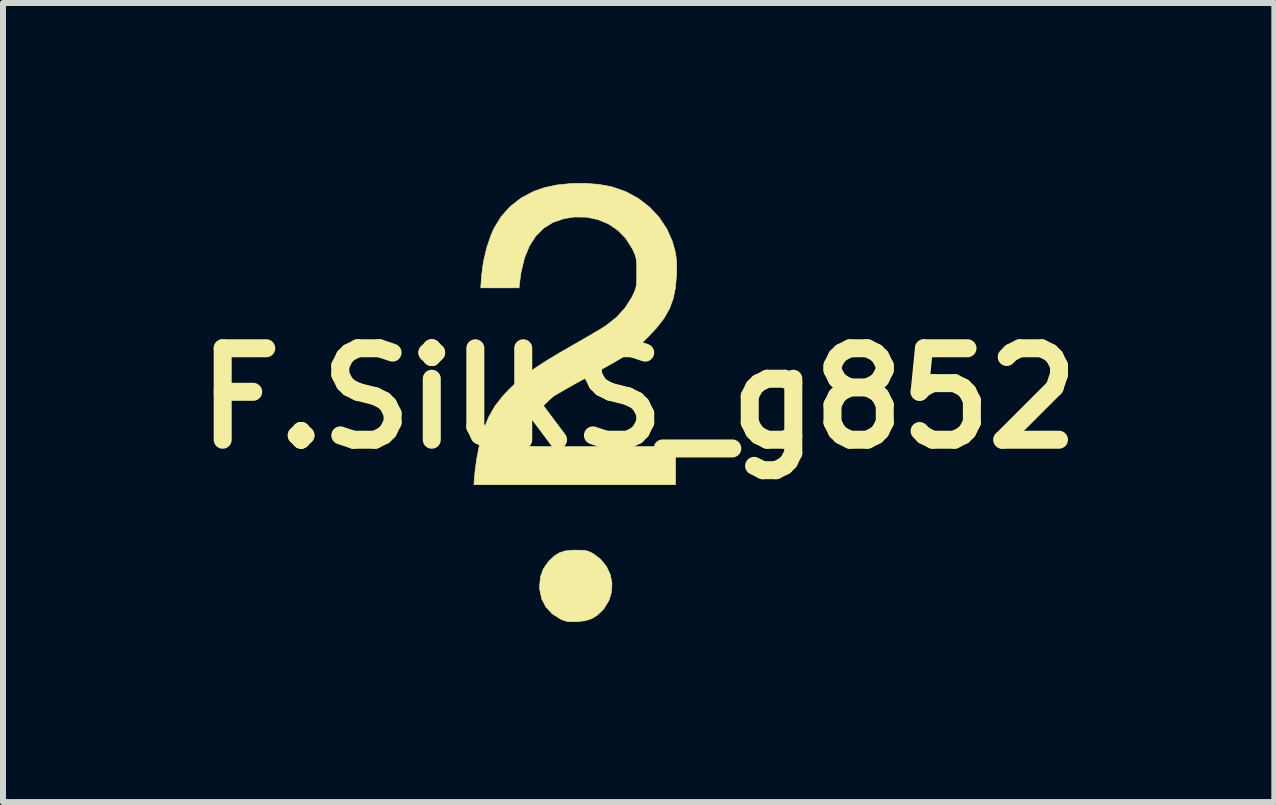
<source format=kicad_pcb>
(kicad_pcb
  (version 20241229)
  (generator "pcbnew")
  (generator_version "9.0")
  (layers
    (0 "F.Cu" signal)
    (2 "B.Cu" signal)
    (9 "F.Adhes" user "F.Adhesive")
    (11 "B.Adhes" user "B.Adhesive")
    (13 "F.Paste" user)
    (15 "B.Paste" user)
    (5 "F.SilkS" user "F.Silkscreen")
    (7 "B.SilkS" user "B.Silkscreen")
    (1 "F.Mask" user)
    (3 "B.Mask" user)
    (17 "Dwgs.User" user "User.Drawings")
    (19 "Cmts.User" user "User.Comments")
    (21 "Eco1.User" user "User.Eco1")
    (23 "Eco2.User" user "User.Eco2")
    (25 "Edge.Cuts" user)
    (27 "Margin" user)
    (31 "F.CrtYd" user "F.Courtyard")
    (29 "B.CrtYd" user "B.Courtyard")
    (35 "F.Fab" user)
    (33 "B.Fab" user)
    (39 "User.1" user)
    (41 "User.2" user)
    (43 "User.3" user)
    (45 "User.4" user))
  (footprint "F.SilkS_g852"
    (layer "F.Cu")
    (at 7.591 3.587)
    (property "Reference" "F.SilkS_g852" (at 0 0 0) (layer "F.SilkS") (effects (font (size 1.524 1.524) (thickness 0.3))))
    (attr through_hole)
    (fp_poly (pts (xy -0.952 2.531) (xy -0.884 2.537) (xy -0.833 2.55) (xy -0.783 2.574) (xy -0.758 2.587) (xy -0.631 2.684) (xy -0.536 2.803) (xy -0.473 2.937) (xy -0.445 3.079) (xy -0.452 3.225) (xy -0.495 3.367) (xy -0.576 3.499) (xy -0.597 3.524) (xy -0.689 3.613) (xy -0.785 3.672) (xy -0.898 3.706) (xy -1.027 3.72) (xy -1.12 3.722) (xy -1.188 3.717) (xy -1.246 3.701) (xy -1.302 3.677) (xy -1.44 3.589) (xy -1.545 3.477) (xy -1.615 3.342) (xy -1.648 3.186) (xy -1.65 3.122) (xy -1.635 2.97) (xy -1.588 2.84) (xy -1.505 2.723) (xy -1.486 2.702) (xy -1.4 2.623) (xy -1.316 2.571) (xy -1.221 2.542) (xy -1.103 2.53) (xy -1.048 2.53) (xy -0.952 2.531)) (stroke (width 0.01) (type solid)) (fill yes) (layer "F.SilkS"))
    (fp_poly (pts (xy -0.665 -3.565) (xy -0.459 -3.528) (xy -0.445 -3.524) (xy -0.215 -3.444) (xy -0.005 -3.33) (xy 0.182 -3.186) (xy 0.341 -3.015) (xy 0.47 -2.821) (xy 0.564 -2.608) (xy 0.604 -2.465) (xy 0.622 -2.367) (xy 0.631 -2.264) (xy 0.633 -2.143) (xy 0.63 -2.046) (xy 0.612 -1.84) (xy 0.574 -1.658) (xy 0.513 -1.493) (xy 0.423 -1.335) (xy 0.301 -1.178) (xy 0.169 -1.036) (xy 0.094 -0.962) (xy 0.023 -0.896) (xy -0.049 -0.836) (xy -0.127 -0.777) (xy -0.216 -0.717) (xy -0.322 -0.652) (xy -0.449 -0.578) (xy -0.602 -0.493) (xy -0.788 -0.392) (xy -0.818 -0.375) (xy -0.958 -0.299) (xy -1.093 -0.224) (xy -1.217 -0.154) (xy -1.322 -0.093) (xy -1.403 -0.045) (xy -1.442 -0.019) (xy -1.637 0.131) (xy -1.791 0.291) (xy -1.906 0.461) (xy -1.97 0.607) (xy -1.985 0.647) (xy -1.999 0.681) (xy -2.01 0.711) (xy -2.013 0.735) (xy -2.007 0.754) (xy -1.988 0.77) (xy -1.954 0.782) (xy -1.901 0.791) (xy -1.827 0.798) (xy -1.728 0.802) (xy -1.603 0.804) (xy -1.447 0.805) (xy -1.259 0.805) (xy -1.035 0.805) (xy -0.772 0.804) (xy -0.699 0.804) (xy 0.614 0.804) (xy 0.614 1.439) (xy -2.745 1.439) (xy -2.736 1.318) (xy -2.721 1.17) (xy -2.697 1.005) (xy -2.665 0.836) (xy -2.629 0.677) (xy -2.592 0.544) (xy -2.584 0.521) (xy -2.5 0.314) (xy -2.395 0.13) (xy -2.26 -0.042) (xy -2.16 -0.148) (xy -2.053 -0.249) (xy -1.939 -0.346) (xy -1.814 -0.441) (xy -1.671 -0.54) (xy -1.505 -0.646) (xy -1.311 -0.762) (xy -1.122 -0.871) (xy -0.988 -0.948) (xy -0.859 -1.022) (xy -0.742 -1.091) (xy -0.644 -1.149) (xy -0.572 -1.194) (xy -0.544 -1.212) (xy -0.369 -1.35) (xy -0.224 -1.509) (xy -0.114 -1.683) (xy -0.111 -1.689) (xy -0.077 -1.76) (xy -0.054 -1.815) (xy -0.041 -1.868) (xy -0.034 -1.929) (xy -0.032 -2.012) (xy -0.032 -2.095) (xy -0.032 -2.202) (xy -0.035 -2.278) (xy -0.044 -2.336) (xy -0.059 -2.388) (xy -0.084 -2.447) (xy -0.111 -2.502) (xy -0.215 -2.666) (xy -0.347 -2.801) (xy -0.503 -2.906) (xy -0.679 -2.979) (xy -0.869 -3.019) (xy -1.07 -3.022) (xy -1.247 -2.994) (xy -1.428 -2.932) (xy -1.584 -2.835) (xy -1.715 -2.704) (xy -1.821 -2.539) (xy -1.902 -2.34) (xy -1.959 -2.107) (xy -1.979 -1.963) (xy -1.993 -1.841) (xy -2.631 -1.841) (xy -2.617 -2.041) (xy -2.587 -2.272) (xy -2.533 -2.504) (xy -2.459 -2.723) (xy -2.409 -2.835) (xy -2.289 -3.03) (xy -2.138 -3.198) (xy -1.957 -3.339) (xy -1.75 -3.448) (xy -1.562 -3.513) (xy -1.356 -3.556) (xy -1.128 -3.579) (xy -0.893 -3.582) (xy -0.665 -3.565)) (stroke (width 0.01) (type solid)) (fill yes) (layer "F.SilkS")))
  (gr_rect
    (start -3 -3)
    (end 18.182 10.314)
    (stroke (width 0.1) (type default))
    (fill no)
    (layer "Edge.Cuts")))
</source>
